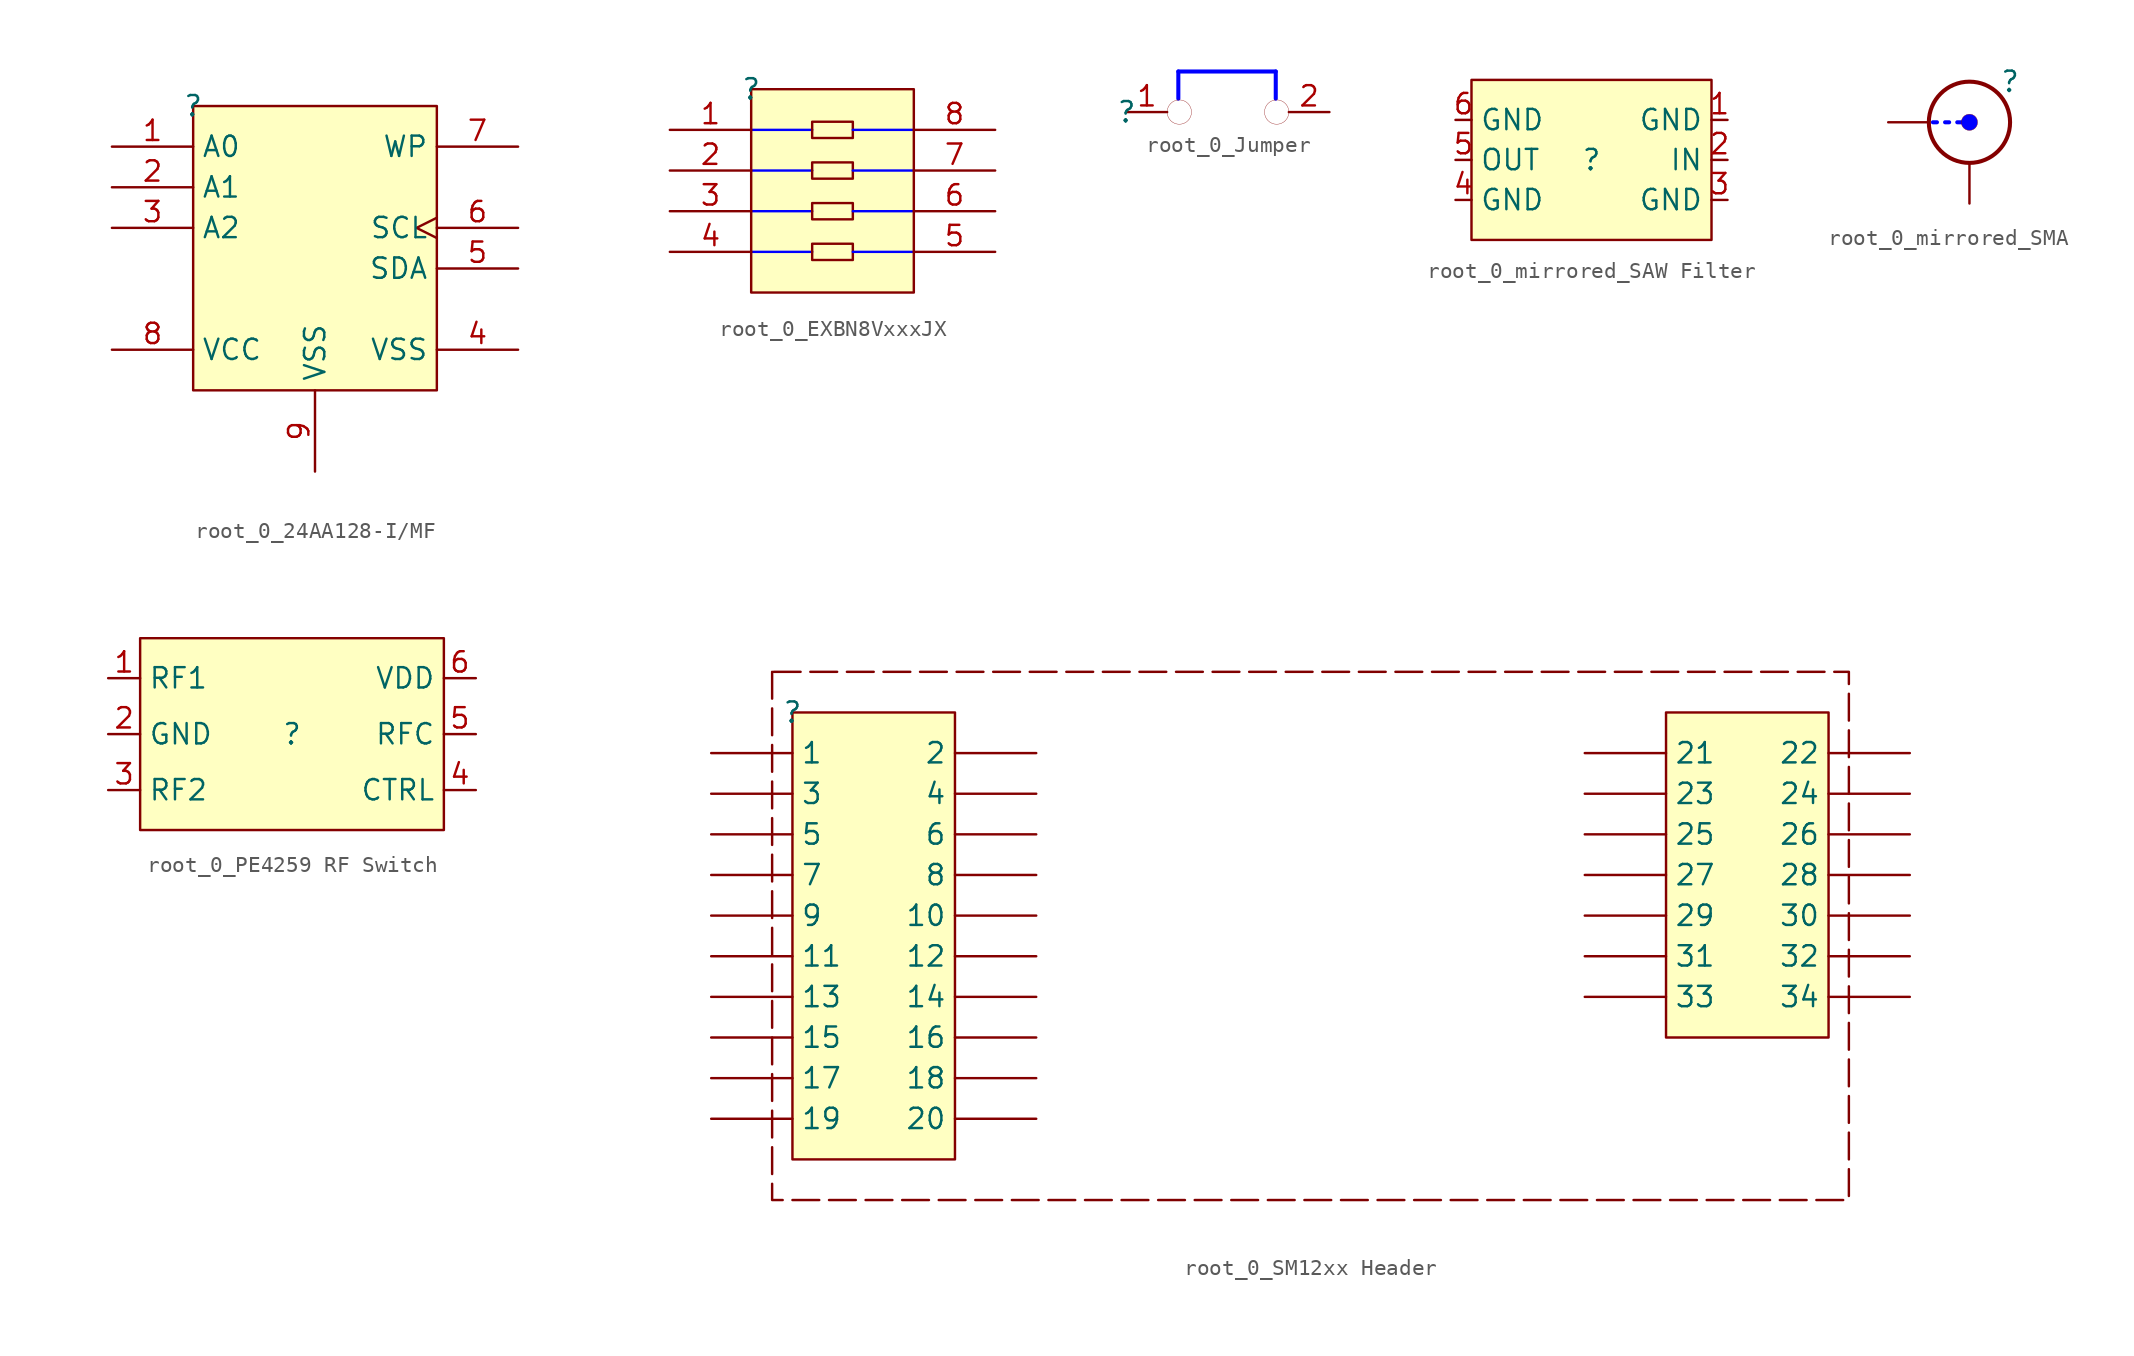
<source format=kicad_sym>
(kicad_symbol_lib
  (version 20220914)
  (generator kicad_symbol_editor)
  (symbol "root_0_24AA128-I/MF"
    (property "Reference" ""
      (at 0 0 0)
      (effects (font (size 1.27 1.27))))
    (property "Value" ""
      (at 0 0 0)
      (effects (font (size 1.27 1.27))))
    (symbol "root_0_24AA128-I/MF_1_0"
      (rectangle (start 15.24 0) (end 0 -17.78) (stroke (width 0) (type solid)) (fill (type background)))
      (pin input line (at -5.08 -2.54 0) (length 5.08) (name "A0" (effects (font (size 1.27 1.27)))) (number "1" (effects (font (size 1.27 1.27)))))
      (pin input line (at -5.08 -5.08 0) (length 5.08) (name "A1" (effects (font (size 1.27 1.27)))) (number "2" (effects (font (size 1.27 1.27)))))
      (pin input line (at -5.08 -7.62 0) (length 5.08) (name "A2" (effects (font (size 1.27 1.27)))) (number "3" (effects (font (size 1.27 1.27)))))
      (pin power_in line (at 20.32 -15.24 180) (length 5.08) (name "VSS" (effects (font (size 1.27 1.27)))) (number "4" (effects (font (size 1.27 1.27)))))
      (pin bidirectional line (at 20.32 -10.16 180) (length 5.08) (name "SDA" (effects (font (size 1.27 1.27)))) (number "5" (effects (font (size 1.27 1.27)))))
      (pin input clock (at 20.32 -7.62 180) (length 5.08) (name "SCL" (effects (font (size 1.27 1.27)))) (number "6" (effects (font (size 1.27 1.27)))))
      (pin input line (at 20.32 -2.54 180) (length 5.08) (name "WP" (effects (font (size 1.27 1.27)))) (number "7" (effects (font (size 1.27 1.27)))))
      (pin power_in line (at -5.08 -15.24 0) (length 5.08) (name "VCC" (effects (font (size 1.27 1.27)))) (number "8" (effects (font (size 1.27 1.27)))))
      (pin power_in line (at 7.62 -22.86 90) (length 5.08) (name "VSS" (effects (font (size 1.27 1.27)))) (number "9" (effects (font (size 1.27 1.27)))))))
  (symbol "root_0_EXBN8VxxxJX"
    (property "Reference" ""
      (at 0 0 0)
      (effects (font (size 1.27 1.27))))
    (property "Value" ""
      (at 0 0 0)
      (effects (font (size 1.27 1.27))))
    (symbol "root_0_EXBN8VxxxJX_1_0"
      (polyline (pts (xy 0 -10.16) (xy 3.81 -10.16)) (stroke (width 0) (type solid) (color 0 0 255 1)) (fill (type none)))
      (polyline (pts (xy 0 -7.62) (xy 3.81 -7.62)) (stroke (width 0) (type solid) (color 0 0 255 1)) (fill (type none)))
      (polyline (pts (xy 0 -5.08) (xy 3.81 -5.08)) (stroke (width 0) (type solid) (color 0 0 255 1)) (fill (type none)))
      (polyline (pts (xy 0 -2.54) (xy 3.81 -2.54)) (stroke (width 0) (type solid) (color 0 0 255 1)) (fill (type none)))
      (polyline (pts (xy 6.35 -10.16) (xy 10.16 -10.16)) (stroke (width 0) (type solid) (color 0 0 255 1)) (fill (type none)))
      (polyline (pts (xy 6.35 -7.62) (xy 10.16 -7.62)) (stroke (width 0) (type solid) (color 0 0 255 1)) (fill (type none)))
      (polyline (pts (xy 6.35 -5.08) (xy 10.16 -5.08)) (stroke (width 0) (type solid) (color 0 0 255 1)) (fill (type none)))
      (polyline (pts (xy 6.35 -2.54) (xy 10.16 -2.54)) (stroke (width 0) (type solid) (color 0 0 255 1)) (fill (type none)))
      (rectangle (start 6.35 -9.652) (end 3.81 -10.668) (stroke (width 0) (type solid)) (fill (type none)))
      (rectangle (start 6.35 -7.112) (end 3.81 -8.128) (stroke (width 0) (type solid)) (fill (type none)))
      (rectangle (start 6.35 -4.572) (end 3.81 -5.588) (stroke (width 0) (type solid)) (fill (type none)))
      (rectangle (start 6.35 -2.032) (end 3.81 -3.048) (stroke (width 0) (type solid)) (fill (type none)))
      (rectangle (start 10.16 0) (end 0 -12.7) (stroke (width 0) (type solid)) (fill (type background)))
      (pin passive line (at -5.08 -2.54 0) (length 5.08) (name "1" (effects (font (size 0 0)))) (number "1" (effects (font (size 1.27 1.27)))))
      (pin passive line (at -5.08 -5.08 0) (length 5.08) (name "2" (effects (font (size 0 0)))) (number "2" (effects (font (size 1.27 1.27)))))
      (pin passive line (at -5.08 -7.62 0) (length 5.08) (name "3" (effects (font (size 0 0)))) (number "3" (effects (font (size 1.27 1.27)))))
      (pin passive line (at -5.08 -10.16 0) (length 5.08) (name "4" (effects (font (size 0 0)))) (number "4" (effects (font (size 1.27 1.27)))))
      (pin passive line (at 15.24 -10.16 180) (length 5.08) (name "5" (effects (font (size 0 0)))) (number "5" (effects (font (size 1.27 1.27)))))
      (pin passive line (at 15.24 -7.62 180) (length 5.08) (name "6" (effects (font (size 0 0)))) (number "6" (effects (font (size 1.27 1.27)))))
      (pin passive line (at 15.24 -5.08 180) (length 5.08) (name "7" (effects (font (size 0 0)))) (number "7" (effects (font (size 1.27 1.27)))))
      (pin passive line (at 15.24 -2.54 180) (length 5.08) (name "8" (effects (font (size 0 0)))) (number "8" (effects (font (size 1.27 1.27)))))))
  (symbol "root_0_Jumper"
    (property "Reference" ""
      (at 0 0 0)
      (effects (font (size 1.27 1.27))))
    (property "Value" ""
      (at 0 0 0)
      (effects (font (size 1.27 1.27))))
    (symbol "root_0_Jumper_1_0"
      (polyline (pts (xy 3.24 2.54) (xy 3.24 0.84)) (stroke (width 0.254) (type solid) (color 0 0 255 1)) (fill (type none)))
      (polyline (pts (xy 9.34 2.54) (xy 3.24 2.54)) (stroke (width 0.254) (type solid) (color 0 0 255 1)) (fill (type none)))
      (polyline (pts (xy 9.34 2.54) (xy 9.34 0.84)) (stroke (width 0.254) (type solid) (color 0 0 255 1)) (fill (type none)))
      (circle (center 3.302 0) (radius 0.762) (stroke (width 0.0001) (type solid)) (fill (type none)))
      (circle (center 9.398 0) (radius 0.762) (stroke (width 0.0001) (type solid)) (fill (type none)))
      (pin passive line (at 0 0 0) (length 2.54) (name "1" (effects (font (size 0 0)))) (number "1" (effects (font (size 1.27 1.27)))))
      (pin passive line (at 12.7 0 180) (length 2.54) (name "2" (effects (font (size 0 0)))) (number "2" (effects (font (size 1.27 1.27)))))))
  (symbol "root_0_mirrored_SAW Filter"
    (property "Reference" ""
      (at 0 0 0)
      (effects (font (size 1.27 1.27))))
    (property "Value" ""
      (at 0 0 0)
      (effects (font (size 1.27 1.27))))
    (symbol "root_0_mirrored_SAW Filter_1_0"
      (rectangle (start 7.5 5) (end -7.5 -5) (stroke (width 0) (type solid)) (fill (type background)))
      (pin passive line (at 8.5 2.5 180) (length 1) (name "GND" (effects (font (size 1.27 1.27)))) (number "1" (effects (font (size 1.27 1.27)))))
      (pin passive line (at 8.5 0 180) (length 1) (name "IN" (effects (font (size 1.27 1.27)))) (number "2" (effects (font (size 1.27 1.27)))))
      (pin passive line (at 8.5 -2.5 180) (length 1) (name "GND" (effects (font (size 1.27 1.27)))) (number "3" (effects (font (size 1.27 1.27)))))
      (pin passive line (at -8.5 -2.5 0) (length 1) (name "GND" (effects (font (size 1.27 1.27)))) (number "4" (effects (font (size 1.27 1.27)))))
      (pin passive line (at -8.5 0 0) (length 1) (name "OUT" (effects (font (size 1.27 1.27)))) (number "5" (effects (font (size 1.27 1.27)))))
      (pin passive line (at -8.5 2.5 0) (length 1) (name "GND" (effects (font (size 1.27 1.27)))) (number "6" (effects (font (size 1.27 1.27)))))))
  (symbol "root_0_mirrored_SMA"
    (property "Reference" ""
      (at 0 0 0)
      (effects (font (size 1.27 1.27))))
    (property "Value" ""
      (at 0 0 0)
      (effects (font (size 1.27 1.27))))
    (symbol "root_0_mirrored_SMA_1_0"
      (circle (center -2.54 -2.54) (radius 0.508) (stroke (width 0.0001) (type solid)) (fill (type color) (color 0 0 255 1)))
      (circle (center -2.54 -2.54) (radius 2.54) (stroke (width 0.254) (type solid)) (fill (type none)))
      (polyline (pts (xy -4.826 -2.54) (xy -4.572 -2.54)) (stroke (width 0.254) (type solid) (color 0 0 255 1)) (fill (type none)))
      (polyline (pts (xy -3.81 -2.54) (xy -4.064 -2.54)) (stroke (width 0.254) (type solid) (color 0 0 255 1)) (fill (type none)))
      (polyline (pts (xy -3.048 -2.54) (xy -3.302 -2.54)) (stroke (width 0.254) (type solid) (color 0 0 255 1)) (fill (type none)))
      (pin passive line (at -7.62 -2.54 0) (length 2.54) (name "Signal" (effects (font (size 0 0)))) (number "1" (effects (font (size 0 0)))))
      (pin passive line (at -2.54 -7.62 90) (length 2.54) (name "GND" (effects (font (size 0 0)))) (number "2" (effects (font (size 0 0)))))))
  (symbol "root_0_PE4259 RF Switch"
    (property "Reference" ""
      (at 0 0 0)
      (effects (font (size 1.27 1.27))))
    (property "Value" ""
      (at 0 0 0)
      (effects (font (size 1.27 1.27))))
    (symbol "root_0_PE4259 RF Switch_1_0"
      (rectangle (start 9.5 6) (end -9.5 -6) (stroke (width 0) (type solid)) (fill (type background)))
      (pin passive line (at -11.5 3.5 0) (length 2) (name "RF1" (effects (font (size 1.27 1.27)))) (number "1" (effects (font (size 1.27 1.27)))))
      (pin passive line (at -11.5 0 0) (length 2) (name "GND" (effects (font (size 1.27 1.27)))) (number "2" (effects (font (size 1.27 1.27)))))
      (pin passive line (at -11.5 -3.5 0) (length 2) (name "RF2" (effects (font (size 1.27 1.27)))) (number "3" (effects (font (size 1.27 1.27)))))
      (pin passive line (at 11.5 -3.5 180) (length 2) (name "CTRL" (effects (font (size 1.27 1.27)))) (number "4" (effects (font (size 1.27 1.27)))))
      (pin passive line (at 11.5 0 180) (length 2) (name "RFC" (effects (font (size 1.27 1.27)))) (number "5" (effects (font (size 1.27 1.27)))))
      (pin passive line (at 11.5 3.5 180) (length 2) (name "VDD" (effects (font (size 1.27 1.27)))) (number "6" (effects (font (size 1.27 1.27)))))))
  (symbol "root_0_SM12xx Header"
    (property "Reference" ""
      (at 0 0 0)
      (effects (font (size 1.27 1.27))))
    (property "Value" ""
      (at 0 0 0)
      (effects (font (size 1.27 1.27))))
    (symbol "root_0_SM12xx Header_1_0"
      (polyline (pts (xy -1.27 2.54) (xy -1.27 -30.48) (xy 66.04 -30.48) (xy 66.04 2.54) (xy -1.27 2.54)) (stroke (width 0) (type dash) (color 128 0 0 1)) (fill (type none)))
      (rectangle (start 10.16 0) (end 0 -27.94) (stroke (width 0) (type solid)) (fill (type background)))
      (rectangle (start 64.77 0) (end 54.61 -20.32) (stroke (width 0) (type solid)) (fill (type background)))
      (pin passive line (at -5.08 -2.54 0) (length 5.08) (name "1" (effects (font (size 1.27 1.27)))) (number "1" (effects (font (size 0 0)))))
      (pin passive line (at 15.24 -12.7 180) (length 5.08) (name "10" (effects (font (size 1.27 1.27)))) (number "10" (effects (font (size 0 0)))))
      (pin passive line (at -5.08 -15.24 0) (length 5.08) (name "11" (effects (font (size 1.27 1.27)))) (number "11" (effects (font (size 0 0)))))
      (pin passive line (at 15.24 -15.24 180) (length 5.08) (name "12" (effects (font (size 1.27 1.27)))) (number "12" (effects (font (size 0 0)))))
      (pin passive line (at -5.08 -17.78 0) (length 5.08) (name "13" (effects (font (size 1.27 1.27)))) (number "13" (effects (font (size 0 0)))))
      (pin passive line (at 15.24 -17.78 180) (length 5.08) (name "14" (effects (font (size 1.27 1.27)))) (number "14" (effects (font (size 0 0)))))
      (pin passive line (at -5.08 -20.32 0) (length 5.08) (name "15" (effects (font (size 1.27 1.27)))) (number "15" (effects (font (size 0 0)))))
      (pin passive line (at 15.24 -20.32 180) (length 5.08) (name "16" (effects (font (size 1.27 1.27)))) (number "16" (effects (font (size 0 0)))))
      (pin passive line (at -5.08 -22.86 0) (length 5.08) (name "17" (effects (font (size 1.27 1.27)))) (number "17" (effects (font (size 0 0)))))
      (pin passive line (at 15.24 -22.86 180) (length 5.08) (name "18" (effects (font (size 1.27 1.27)))) (number "18" (effects (font (size 0 0)))))
      (pin passive line (at -5.08 -25.4 0) (length 5.08) (name "19" (effects (font (size 1.27 1.27)))) (number "19" (effects (font (size 0 0)))))
      (pin passive line (at 15.24 -2.54 180) (length 5.08) (name "2" (effects (font (size 1.27 1.27)))) (number "2" (effects (font (size 0 0)))))
      (pin passive line (at 15.24 -25.4 180) (length 5.08) (name "20" (effects (font (size 1.27 1.27)))) (number "20" (effects (font (size 0 0)))))
      (pin passive line (at 49.53 -2.54 0) (length 5.08) (name "21" (effects (font (size 1.27 1.27)))) (number "21" (effects (font (size 0 0)))))
      (pin passive line (at 69.85 -2.54 180) (length 5.08) (name "22" (effects (font (size 1.27 1.27)))) (number "22" (effects (font (size 0 0)))))
      (pin passive line (at 49.53 -5.08 0) (length 5.08) (name "23" (effects (font (size 1.27 1.27)))) (number "23" (effects (font (size 0 0)))))
      (pin passive line (at 69.85 -5.08 180) (length 5.08) (name "24" (effects (font (size 1.27 1.27)))) (number "24" (effects (font (size 0 0)))))
      (pin passive line (at 49.53 -7.62 0) (length 5.08) (name "25" (effects (font (size 1.27 1.27)))) (number "25" (effects (font (size 0 0)))))
      (pin passive line (at 69.85 -7.62 180) (length 5.08) (name "26" (effects (font (size 1.27 1.27)))) (number "26" (effects (font (size 0 0)))))
      (pin passive line (at 49.53 -10.16 0) (length 5.08) (name "27" (effects (font (size 1.27 1.27)))) (number "27" (effects (font (size 0 0)))))
      (pin passive line (at 69.85 -10.16 180) (length 5.08) (name "28" (effects (font (size 1.27 1.27)))) (number "28" (effects (font (size 0 0)))))
      (pin passive line (at 49.53 -12.7 0) (length 5.08) (name "29" (effects (font (size 1.27 1.27)))) (number "29" (effects (font (size 0 0)))))
      (pin passive line (at -5.08 -5.08 0) (length 5.08) (name "3" (effects (font (size 1.27 1.27)))) (number "3" (effects (font (size 0 0)))))
      (pin passive line (at 69.85 -12.7 180) (length 5.08) (name "30" (effects (font (size 1.27 1.27)))) (number "30" (effects (font (size 0 0)))))
      (pin passive line (at 49.53 -15.24 0) (length 5.08) (name "31" (effects (font (size 1.27 1.27)))) (number "31" (effects (font (size 0 0)))))
      (pin passive line (at 69.85 -15.24 180) (length 5.08) (name "32" (effects (font (size 1.27 1.27)))) (number "32" (effects (font (size 0 0)))))
      (pin passive line (at 49.53 -17.78 0) (length 5.08) (name "33" (effects (font (size 1.27 1.27)))) (number "33" (effects (font (size 0 0)))))
      (pin passive line (at 69.85 -17.78 180) (length 5.08) (name "34" (effects (font (size 1.27 1.27)))) (number "34" (effects (font (size 0 0)))))
      (pin passive line (at 15.24 -5.08 180) (length 5.08) (name "4" (effects (font (size 1.27 1.27)))) (number "4" (effects (font (size 0 0)))))
      (pin passive line (at -5.08 -7.62 0) (length 5.08) (name "5" (effects (font (size 1.27 1.27)))) (number "5" (effects (font (size 0 0)))))
      (pin passive line (at 15.24 -7.62 180) (length 5.08) (name "6" (effects (font (size 1.27 1.27)))) (number "6" (effects (font (size 0 0)))))
      (pin passive line (at -5.08 -10.16 0) (length 5.08) (name "7" (effects (font (size 1.27 1.27)))) (number "7" (effects (font (size 0 0)))))
      (pin passive line (at 15.24 -10.16 180) (length 5.08) (name "8" (effects (font (size 1.27 1.27)))) (number "8" (effects (font (size 0 0)))))
      (pin passive line (at -5.08 -12.7 0) (length 5.08) (name "9" (effects (font (size 1.27 1.27)))) (number "9" (effects (font (size 0 0))))))))
</source>
